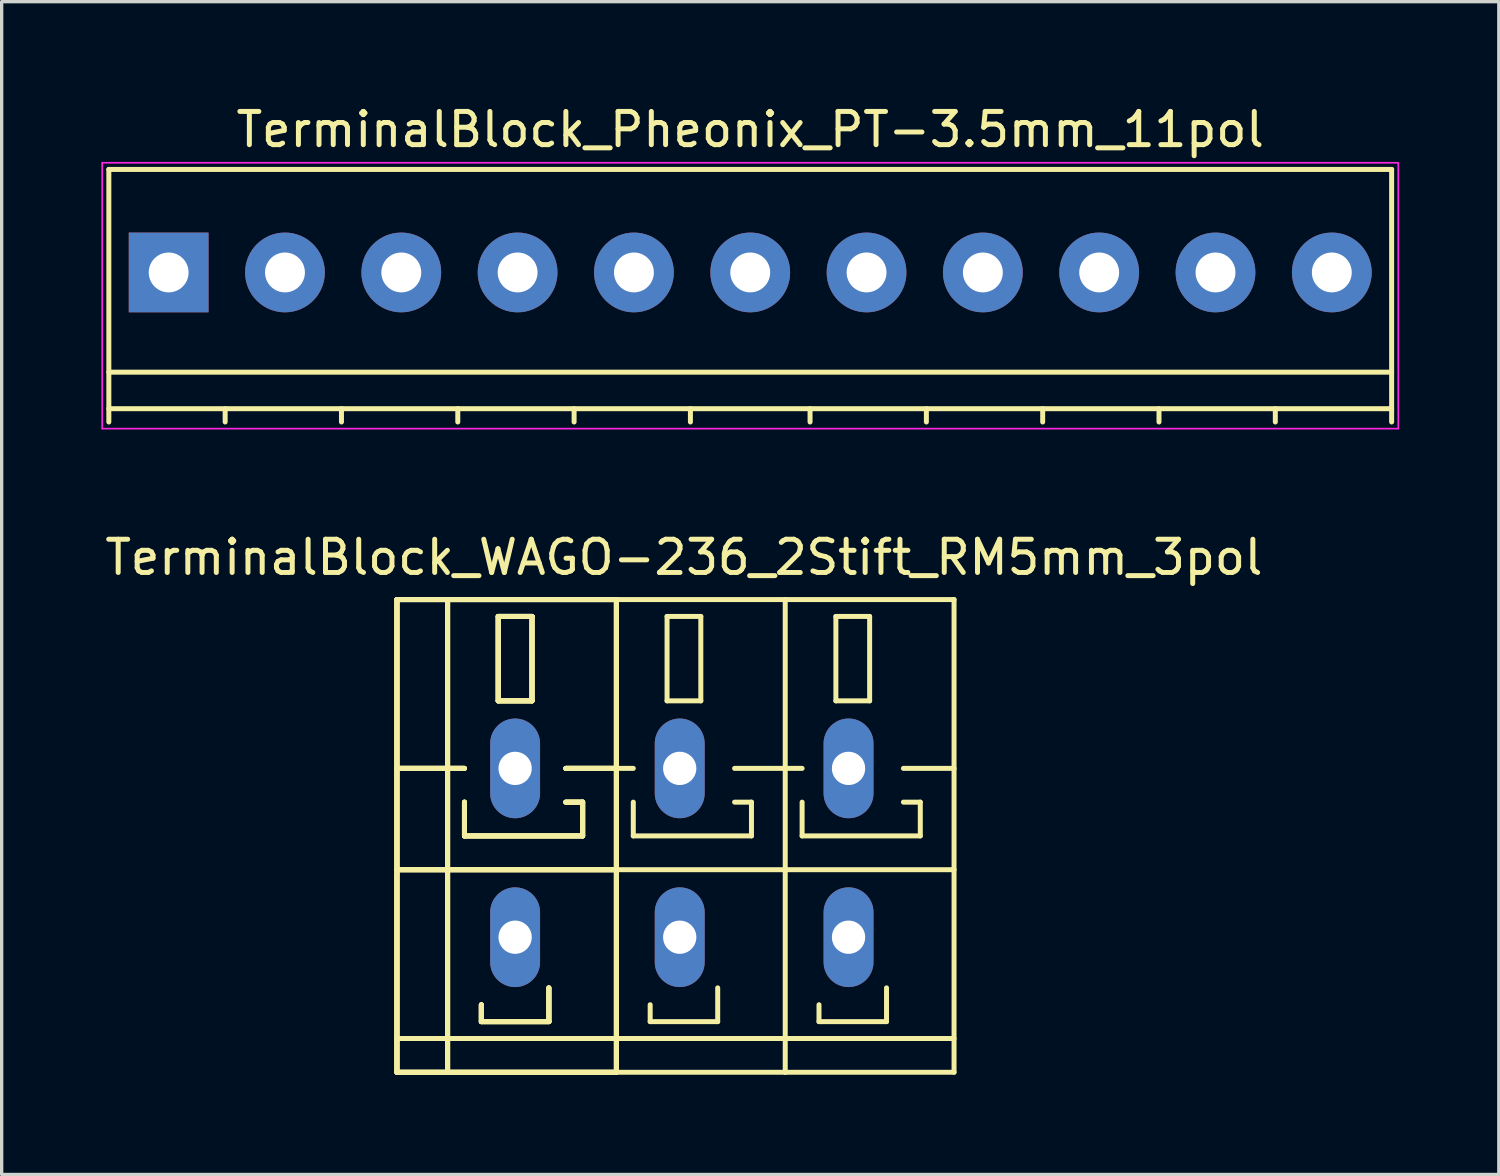
<source format=kicad_pcb>
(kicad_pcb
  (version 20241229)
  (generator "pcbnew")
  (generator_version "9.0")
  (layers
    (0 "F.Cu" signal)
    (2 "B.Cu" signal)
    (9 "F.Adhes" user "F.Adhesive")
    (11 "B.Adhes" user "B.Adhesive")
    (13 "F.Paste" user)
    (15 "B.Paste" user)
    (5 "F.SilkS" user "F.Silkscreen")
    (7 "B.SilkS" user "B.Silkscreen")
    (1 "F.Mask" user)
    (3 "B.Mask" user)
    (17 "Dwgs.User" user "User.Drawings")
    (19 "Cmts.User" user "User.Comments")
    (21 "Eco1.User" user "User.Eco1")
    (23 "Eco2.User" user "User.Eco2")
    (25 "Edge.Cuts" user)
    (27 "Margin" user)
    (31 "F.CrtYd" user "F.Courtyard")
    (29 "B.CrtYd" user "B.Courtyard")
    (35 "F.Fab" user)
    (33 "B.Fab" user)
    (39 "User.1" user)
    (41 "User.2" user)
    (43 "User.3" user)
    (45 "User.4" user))
  (footprint "TerminalBlock_WAGO-236_2Stift_RM5mm_3pol"
    (layer "F.Cu")
    (at 17.53 22.611)
    (property "Reference" "TerminalBlock_WAGO-236_2Stift_RM5mm_3pol" (at 0 -8.89 0) (layer "F.SilkS") (effects (font (size 1 1) (thickness 0.15))))
    (attr through_hole)
    (fp_line (start -8.636 -7.62) (end -7.112 -7.62) (stroke (width 0.15) (type solid)) (layer "F.SilkS"))
    (fp_line (start -8.636 -7.62) (end -7.112 -7.62) (stroke (width 0.15) (type solid)) (layer "F.SilkS"))
    (fp_line (start -8.636 -7.62) (end -7.112 -7.62) (stroke (width 0.15) (type solid)) (layer "F.SilkS"))
    (fp_line (start -8.636 -7.62) (end -7.112 -7.62) (stroke (width 0.15) (type solid)) (layer "F.SilkS"))
    (fp_line (start -8.636 -2.54) (end -6.604 -2.54) (stroke (width 0.15) (type solid)) (layer "F.SilkS"))
    (fp_line (start -8.636 -2.54) (end -6.604 -2.54) (stroke (width 0.15) (type solid)) (layer "F.SilkS"))
    (fp_line (start -8.636 -2.54) (end -6.604 -2.54) (stroke (width 0.15) (type solid)) (layer "F.SilkS"))
    (fp_line (start -8.636 -2.54) (end -6.604 -2.54) (stroke (width 0.15) (type solid)) (layer "F.SilkS"))
    (fp_line (start -8.636 0.508) (end -2.032 0.508) (stroke (width 0.15) (type solid)) (layer "F.SilkS"))
    (fp_line (start -8.636 0.508) (end -2.032 0.508) (stroke (width 0.15) (type solid)) (layer "F.SilkS"))
    (fp_line (start -8.636 0.508) (end -2.032 0.508) (stroke (width 0.15) (type solid)) (layer "F.SilkS"))
    (fp_line (start -8.636 0.508) (end -2.032 0.508) (stroke (width 0.15) (type solid)) (layer "F.SilkS"))
    (fp_line (start -8.636 5.588) (end -2.032 5.588) (stroke (width 0.15) (type solid)) (layer "F.SilkS"))
    (fp_line (start -8.636 5.588) (end -2.032 5.588) (stroke (width 0.15) (type solid)) (layer "F.SilkS"))
    (fp_line (start -8.636 5.588) (end -2.032 5.588) (stroke (width 0.15) (type solid)) (layer "F.SilkS"))
    (fp_line (start -8.636 5.588) (end -2.032 5.588) (stroke (width 0.15) (type solid)) (layer "F.SilkS"))
    (fp_line (start -8.636 6.604) (end -8.636 -7.62) (stroke (width 0.15) (type solid)) (layer "F.SilkS"))
    (fp_line (start -8.636 6.604) (end -8.636 -7.62) (stroke (width 0.15) (type solid)) (layer "F.SilkS"))
    (fp_line (start -8.636 6.604) (end -8.636 -7.62) (stroke (width 0.15) (type solid)) (layer "F.SilkS"))
    (fp_line (start -8.636 6.604) (end -8.636 -7.62) (stroke (width 0.15) (type solid)) (layer "F.SilkS"))
    (fp_line (start -7.112 -7.62) (end -5.08 -7.62) (stroke (width 0.15) (type solid)) (layer "F.SilkS"))
    (fp_line (start -7.112 -7.62) (end -5.08 -7.62) (stroke (width 0.15) (type solid)) (layer "F.SilkS"))
    (fp_line (start -7.112 -7.62) (end -5.08 -7.62) (stroke (width 0.15) (type solid)) (layer "F.SilkS"))
    (fp_line (start -7.112 -7.62) (end -5.08 -7.62) (stroke (width 0.15) (type solid)) (layer "F.SilkS"))
    (fp_line (start -7.112 6.604) (end -8.636 6.604) (stroke (width 0.15) (type solid)) (layer "F.SilkS"))
    (fp_line (start -7.112 6.604) (end -8.636 6.604) (stroke (width 0.15) (type solid)) (layer "F.SilkS"))
    (fp_line (start -7.112 6.604) (end -8.636 6.604) (stroke (width 0.15) (type solid)) (layer "F.SilkS"))
    (fp_line (start -7.112 6.604) (end -8.636 6.604) (stroke (width 0.15) (type solid)) (layer "F.SilkS"))
    (fp_line (start -7.112 6.604) (end -7.112 -7.62) (stroke (width 0.15) (type solid)) (layer "F.SilkS"))
    (fp_line (start -7.112 6.604) (end -7.112 -7.62) (stroke (width 0.15) (type solid)) (layer "F.SilkS"))
    (fp_line (start -7.112 6.604) (end -7.112 -7.62) (stroke (width 0.15) (type solid)) (layer "F.SilkS"))
    (fp_line (start -7.112 6.604) (end -7.112 -7.62) (stroke (width 0.15) (type solid)) (layer "F.SilkS"))
    (fp_line (start -6.604 -1.524) (end -6.604 -0.508) (stroke (width 0.15) (type solid)) (layer "F.SilkS"))
    (fp_line (start -6.604 -1.524) (end -6.604 -0.508) (stroke (width 0.15) (type solid)) (layer "F.SilkS"))
    (fp_line (start -6.604 -1.524) (end -6.604 -0.508) (stroke (width 0.15) (type solid)) (layer "F.SilkS"))
    (fp_line (start -6.604 -1.524) (end -6.604 -0.508) (stroke (width 0.15) (type solid)) (layer "F.SilkS"))
    (fp_line (start -6.604 -0.508) (end -3.048 -0.508) (stroke (width 0.15) (type solid)) (layer "F.SilkS"))
    (fp_line (start -6.604 -0.508) (end -3.048 -0.508) (stroke (width 0.15) (type solid)) (layer "F.SilkS"))
    (fp_line (start -6.604 -0.508) (end -3.048 -0.508) (stroke (width 0.15) (type solid)) (layer "F.SilkS"))
    (fp_line (start -6.604 -0.508) (end -3.048 -0.508) (stroke (width 0.15) (type solid)) (layer "F.SilkS"))
    (fp_line (start -6.096 4.572) (end -6.096 5.08) (stroke (width 0.15) (type solid)) (layer "F.SilkS"))
    (fp_line (start -6.096 4.572) (end -6.096 5.08) (stroke (width 0.15) (type solid)) (layer "F.SilkS"))
    (fp_line (start -6.096 4.572) (end -6.096 5.08) (stroke (width 0.15) (type solid)) (layer "F.SilkS"))
    (fp_line (start -6.096 4.572) (end -6.096 5.08) (stroke (width 0.15) (type solid)) (layer "F.SilkS"))
    (fp_line (start -6.096 5.08) (end -4.064 5.08) (stroke (width 0.15) (type solid)) (layer "F.SilkS"))
    (fp_line (start -6.096 5.08) (end -4.064 5.08) (stroke (width 0.15) (type solid)) (layer "F.SilkS"))
    (fp_line (start -6.096 5.08) (end -4.064 5.08) (stroke (width 0.15) (type solid)) (layer "F.SilkS"))
    (fp_line (start -6.096 5.08) (end -4.064 5.08) (stroke (width 0.15) (type solid)) (layer "F.SilkS"))
    (fp_line (start -5.588 -7.112) (end -4.572 -7.112) (stroke (width 0.15) (type solid)) (layer "F.SilkS"))
    (fp_line (start -5.588 -7.112) (end -4.572 -7.112) (stroke (width 0.15) (type solid)) (layer "F.SilkS"))
    (fp_line (start -5.588 -7.112) (end -4.572 -7.112) (stroke (width 0.15) (type solid)) (layer "F.SilkS"))
    (fp_line (start -5.588 -7.112) (end -4.572 -7.112) (stroke (width 0.15) (type solid)) (layer "F.SilkS"))
    (fp_line (start -5.588 -4.572) (end -5.588 -7.112) (stroke (width 0.15) (type solid)) (layer "F.SilkS"))
    (fp_line (start -5.588 -4.572) (end -5.588 -7.112) (stroke (width 0.15) (type solid)) (layer "F.SilkS"))
    (fp_line (start -5.588 -4.572) (end -5.588 -7.112) (stroke (width 0.15) (type solid)) (layer "F.SilkS"))
    (fp_line (start -5.588 -4.572) (end -5.588 -7.112) (stroke (width 0.15) (type solid)) (layer "F.SilkS"))
    (fp_line (start -5.08 -7.62) (end -2.032 -7.62) (stroke (width 0.15) (type solid)) (layer "F.SilkS"))
    (fp_line (start -5.08 -7.62) (end -2.032 -7.62) (stroke (width 0.15) (type solid)) (layer "F.SilkS"))
    (fp_line (start -5.08 -7.62) (end -2.032 -7.62) (stroke (width 0.15) (type solid)) (layer "F.SilkS"))
    (fp_line (start -5.08 -7.62) (end -2.032 -7.62) (stroke (width 0.15) (type solid)) (layer "F.SilkS"))
    (fp_line (start -4.572 -7.112) (end -4.572 -4.572) (stroke (width 0.15) (type solid)) (layer "F.SilkS"))
    (fp_line (start -4.572 -7.112) (end -4.572 -4.572) (stroke (width 0.15) (type solid)) (layer "F.SilkS"))
    (fp_line (start -4.572 -7.112) (end -4.572 -4.572) (stroke (width 0.15) (type solid)) (layer "F.SilkS"))
    (fp_line (start -4.572 -7.112) (end -4.572 -4.572) (stroke (width 0.15) (type solid)) (layer "F.SilkS"))
    (fp_line (start -4.572 -4.572) (end -5.588 -4.572) (stroke (width 0.15) (type solid)) (layer "F.SilkS"))
    (fp_line (start -4.572 -4.572) (end -5.588 -4.572) (stroke (width 0.15) (type solid)) (layer "F.SilkS"))
    (fp_line (start -4.572 -4.572) (end -5.588 -4.572) (stroke (width 0.15) (type solid)) (layer "F.SilkS"))
    (fp_line (start -4.572 -4.572) (end -5.588 -4.572) (stroke (width 0.15) (type solid)) (layer "F.SilkS"))
    (fp_line (start -4.064 5.08) (end -4.064 4.064) (stroke (width 0.15) (type solid)) (layer "F.SilkS"))
    (fp_line (start -4.064 5.08) (end -4.064 4.064) (stroke (width 0.15) (type solid)) (layer "F.SilkS"))
    (fp_line (start -4.064 5.08) (end -4.064 4.064) (stroke (width 0.15) (type solid)) (layer "F.SilkS"))
    (fp_line (start -4.064 5.08) (end -4.064 4.064) (stroke (width 0.15) (type solid)) (layer "F.SilkS"))
    (fp_line (start -3.556 -2.54) (end -2.032 -2.54) (stroke (width 0.15) (type solid)) (layer "F.SilkS"))
    (fp_line (start -3.556 -2.54) (end -2.032 -2.54) (stroke (width 0.15) (type solid)) (layer "F.SilkS"))
    (fp_line (start -3.556 -2.54) (end -2.032 -2.54) (stroke (width 0.15) (type solid)) (layer "F.SilkS"))
    (fp_line (start -3.556 -2.54) (end -2.032 -2.54) (stroke (width 0.15) (type solid)) (layer "F.SilkS"))
    (fp_line (start -3.048 -1.524) (end -3.556 -1.524) (stroke (width 0.15) (type solid)) (layer "F.SilkS"))
    (fp_line (start -3.048 -1.524) (end -3.556 -1.524) (stroke (width 0.15) (type solid)) (layer "F.SilkS"))
    (fp_line (start -3.048 -1.524) (end -3.556 -1.524) (stroke (width 0.15) (type solid)) (layer "F.SilkS"))
    (fp_line (start -3.048 -1.524) (end -3.556 -1.524) (stroke (width 0.15) (type solid)) (layer "F.SilkS"))
    (fp_line (start -3.048 -0.508) (end -3.048 -1.524) (stroke (width 0.15) (type solid)) (layer "F.SilkS"))
    (fp_line (start -3.048 -0.508) (end -3.048 -1.524) (stroke (width 0.15) (type solid)) (layer "F.SilkS"))
    (fp_line (start -3.048 -0.508) (end -3.048 -1.524) (stroke (width 0.15) (type solid)) (layer "F.SilkS"))
    (fp_line (start -3.048 -0.508) (end -3.048 -1.524) (stroke (width 0.15) (type solid)) (layer "F.SilkS"))
    (fp_line (start -2.032 -7.62) (end -2.032 6.604) (stroke (width 0.15) (type solid)) (layer "F.SilkS"))
    (fp_line (start -2.032 -7.62) (end -2.032 6.604) (stroke (width 0.15) (type solid)) (layer "F.SilkS"))
    (fp_line (start -2.032 -7.62) (end -2.032 6.604) (stroke (width 0.15) (type solid)) (layer "F.SilkS"))
    (fp_line (start -2.032 -7.62) (end -2.032 6.604) (stroke (width 0.15) (type solid)) (layer "F.SilkS"))
    (fp_line (start -2.032 -2.54) (end -1.524 -2.54) (stroke (width 0.15) (type solid)) (layer "F.SilkS"))
    (fp_line (start -2.032 0.508) (end 3.048 0.508) (stroke (width 0.15) (type solid)) (layer "F.SilkS"))
    (fp_line (start -2.032 5.588) (end 3.048 5.588) (stroke (width 0.15) (type solid)) (layer "F.SilkS"))
    (fp_line (start -2.032 6.604) (end -7.112 6.604) (stroke (width 0.15) (type solid)) (layer "F.SilkS"))
    (fp_line (start -2.032 6.604) (end -7.112 6.604) (stroke (width 0.15) (type solid)) (layer "F.SilkS"))
    (fp_line (start -2.032 6.604) (end -7.112 6.604) (stroke (width 0.15) (type solid)) (layer "F.SilkS"))
    (fp_line (start -2.032 6.604) (end -7.112 6.604) (stroke (width 0.15) (type solid)) (layer "F.SilkS"))
    (fp_line (start -2.032 6.604) (end 3.048 6.604) (stroke (width 0.15) (type solid)) (layer "F.SilkS"))
    (fp_line (start -1.524 -1.524) (end -1.524 -0.508) (stroke (width 0.15) (type solid)) (layer "F.SilkS"))
    (fp_line (start -1.524 -0.508) (end 2.032 -0.508) (stroke (width 0.15) (type solid)) (layer "F.SilkS"))
    (fp_line (start -1.016 4.572) (end -1.016 5.08) (stroke (width 0.15) (type solid)) (layer "F.SilkS"))
    (fp_line (start -1.016 5.08) (end 1.016 5.08) (stroke (width 0.15) (type solid)) (layer "F.SilkS"))
    (fp_line (start -0.508 -7.112) (end -0.508 -4.572) (stroke (width 0.15) (type solid)) (layer "F.SilkS"))
    (fp_line (start -0.508 -4.572) (end 0.508 -4.572) (stroke (width 0.15) (type solid)) (layer "F.SilkS"))
    (fp_line (start 0.508 -7.112) (end -0.508 -7.112) (stroke (width 0.15) (type solid)) (layer "F.SilkS"))
    (fp_line (start 0.508 -4.572) (end 0.508 -7.112) (stroke (width 0.15) (type solid)) (layer "F.SilkS"))
    (fp_line (start 1.016 5.08) (end 1.016 4.064) (stroke (width 0.15) (type solid)) (layer "F.SilkS"))
    (fp_line (start 1.524 -2.54) (end 3.048 -2.54) (stroke (width 0.15) (type solid)) (layer "F.SilkS"))
    (fp_line (start 2.032 -1.524) (end 1.524 -1.524) (stroke (width 0.15) (type solid)) (layer "F.SilkS"))
    (fp_line (start 2.032 -0.508) (end 2.032 -1.524) (stroke (width 0.15) (type solid)) (layer "F.SilkS"))
    (fp_line (start 3.048 -7.62) (end -2.032 -7.62) (stroke (width 0.15) (type solid)) (layer "F.SilkS"))
    (fp_line (start 3.048 -2.54) (end 3.556 -2.54) (stroke (width 0.15) (type solid)) (layer "F.SilkS"))
    (fp_line (start 3.048 0.508) (end 8.128 0.508) (stroke (width 0.15) (type solid)) (layer "F.SilkS"))
    (fp_line (start 3.048 5.588) (end 8.128 5.588) (stroke (width 0.15) (type solid)) (layer "F.SilkS"))
    (fp_line (start 3.048 6.604) (end 3.048 -7.62) (stroke (width 0.15) (type solid)) (layer "F.SilkS"))
    (fp_line (start 3.048 6.604) (end 8.128 6.604) (stroke (width 0.15) (type solid)) (layer "F.SilkS"))
    (fp_line (start 3.556 -1.524) (end 3.556 -0.508) (stroke (width 0.15) (type solid)) (layer "F.SilkS"))
    (fp_line (start 3.556 -0.508) (end 7.112 -0.508) (stroke (width 0.15) (type solid)) (layer "F.SilkS"))
    (fp_line (start 4.064 4.572) (end 4.064 5.08) (stroke (width 0.15) (type solid)) (layer "F.SilkS"))
    (fp_line (start 4.064 5.08) (end 6.096 5.08) (stroke (width 0.15) (type solid)) (layer "F.SilkS"))
    (fp_line (start 4.572 -7.112) (end 4.572 -4.572) (stroke (width 0.15) (type solid)) (layer "F.SilkS"))
    (fp_line (start 4.572 -4.572) (end 5.588 -4.572) (stroke (width 0.15) (type solid)) (layer "F.SilkS"))
    (fp_line (start 5.588 -7.112) (end 4.572 -7.112) (stroke (width 0.15) (type solid)) (layer "F.SilkS"))
    (fp_line (start 5.588 -4.572) (end 5.588 -7.112) (stroke (width 0.15) (type solid)) (layer "F.SilkS"))
    (fp_line (start 6.096 5.08) (end 6.096 4.064) (stroke (width 0.15) (type solid)) (layer "F.SilkS"))
    (fp_line (start 6.604 -2.54) (end 8.128 -2.54) (stroke (width 0.15) (type solid)) (layer "F.SilkS"))
    (fp_line (start 7.112 -1.524) (end 6.604 -1.524) (stroke (width 0.15) (type solid)) (layer "F.SilkS"))
    (fp_line (start 7.112 -0.508) (end 7.112 -1.524) (stroke (width 0.15) (type solid)) (layer "F.SilkS"))
    (fp_line (start 8.128 -7.62) (end 3.048 -7.62) (stroke (width 0.15) (type solid)) (layer "F.SilkS"))
    (fp_line (start 8.128 6.604) (end 8.128 -7.62) (stroke (width 0.15) (type solid)) (layer "F.SilkS"))
    (pad "1" thru_hole oval (at -5.08 -2.54 90) (size 3 1.501) (drill 1.001) (layers "*.Cu" "*.Mask"))
    (pad "1" thru_hole oval (at -5.08 2.54 90) (size 3 1.501) (drill 1.001) (layers "*.Cu" "*.Mask"))
    (pad "2" thru_hole oval (at -0.127 -2.54 90) (size 3 1.501) (drill 1.001) (layers "*.Cu" "*.Mask"))
    (pad "2" thru_hole oval (at -0.127 2.54 90) (size 3 1.501) (drill 1.001) (layers "*.Cu" "*.Mask"))
    (pad "3" thru_hole oval (at 4.953 -2.54 90) (size 3 1.501) (drill 1.001) (layers "*.Cu" "*.Mask"))
    (pad "3" thru_hole oval (at 4.953 2.54 90) (size 3 1.501) (drill 1.001) (layers "*.Cu" "*.Mask")))
  (footprint "TerminalBlock_Pheonix_PT-3.5mm_11pol"
    (layer "F.Cu")
    (at 2.025 5.148)
    (property "Reference" "TerminalBlock_Pheonix_PT-3.5mm_11pol" (at 17.5 -4.3 0) (layer "F.SilkS") (effects (font (size 1 1) (thickness 0.15))))
    (attr through_hole)
    (fp_line (start -1.8 -3.1) (end -1.8 4.5) (stroke (width 0.15) (type solid)) (layer "F.SilkS"))
    (fp_line (start -1.8 3) (end 36.8 3) (stroke (width 0.15) (type solid)) (layer "F.SilkS"))
    (fp_line (start -1.8 4.1) (end 36.8 4.1) (stroke (width 0.15) (type solid)) (layer "F.SilkS"))
    (fp_line (start 1.7 4.1) (end 1.7 4.5) (stroke (width 0.15) (type solid)) (layer "F.SilkS"))
    (fp_line (start 5.2 4.1) (end 5.2 4.5) (stroke (width 0.15) (type solid)) (layer "F.SilkS"))
    (fp_line (start 8.7 4.1) (end 8.7 4.5) (stroke (width 0.15) (type solid)) (layer "F.SilkS"))
    (fp_line (start 12.2 4.1) (end 12.2 4.5) (stroke (width 0.15) (type solid)) (layer "F.SilkS"))
    (fp_line (start 15.7 4.1) (end 15.7 4.5) (stroke (width 0.15) (type solid)) (layer "F.SilkS"))
    (fp_line (start 19.3 4.1) (end 19.3 4.5) (stroke (width 0.15) (type solid)) (layer "F.SilkS"))
    (fp_line (start 22.8 4.1) (end 22.8 4.5) (stroke (width 0.15) (type solid)) (layer "F.SilkS"))
    (fp_line (start 26.3 4.1) (end 26.3 4.5) (stroke (width 0.15) (type solid)) (layer "F.SilkS"))
    (fp_line (start 29.8 4.1) (end 29.8 4.5) (stroke (width 0.15) (type solid)) (layer "F.SilkS"))
    (fp_line (start 33.3 4.1) (end 33.3 4.5) (stroke (width 0.15) (type solid)) (layer "F.SilkS"))
    (fp_line (start 36.8 -3.1) (end -1.8 -3.1) (stroke (width 0.15) (type solid)) (layer "F.SilkS"))
    (fp_line (start 36.8 4.5) (end 36.8 -3.1) (stroke (width 0.15) (type solid)) (layer "F.SilkS"))
    (fp_line (start -2 -3.3) (end 37 -3.3) (stroke (width 0.05) (type solid)) (layer "F.CrtYd"))
    (fp_line (start -2 4.7) (end -2 -3.3) (stroke (width 0.05) (type solid)) (layer "F.CrtYd"))
    (fp_line (start 37 -3.3) (end 37 4.7) (stroke (width 0.05) (type solid)) (layer "F.CrtYd"))
    (fp_line (start 37 4.7) (end -2 4.7) (stroke (width 0.05) (type solid)) (layer "F.CrtYd"))
    (pad "1" thru_hole rect (at 0 0 180) (size 2.4 2.4) (drill 1.2) (layers "*.Cu" "*.Mask"))
    (pad "2" thru_hole circle (at 3.5 0 180) (size 2.4 2.4) (drill 1.2) (layers "*.Cu" "*.Mask"))
    (pad "3" thru_hole circle (at 7 0 180) (size 2.4 2.4) (drill 1.2) (layers "*.Cu" "*.Mask"))
    (pad "4" thru_hole circle (at 10.5 0 180) (size 2.4 2.4) (drill 1.2) (layers "*.Cu" "*.Mask"))
    (pad "5" thru_hole circle (at 14 0 180) (size 2.4 2.4) (drill 1.2) (layers "*.Cu" "*.Mask"))
    (pad "6" thru_hole circle (at 17.5 0 180) (size 2.4 2.4) (drill 1.2) (layers "*.Cu" "*.Mask"))
    (pad "7" thru_hole circle (at 21 0 180) (size 2.4 2.4) (drill 1.2) (layers "*.Cu" "*.Mask"))
    (pad "8" thru_hole circle (at 24.5 0 180) (size 2.4 2.4) (drill 1.2) (layers "*.Cu" "*.Mask"))
    (pad "9" thru_hole circle (at 28 0 180) (size 2.4 2.4) (drill 1.2) (layers "*.Cu" "*.Mask"))
    (pad "10" thru_hole circle (at 31.5 0 180) (size 2.4 2.4) (drill 1.2) (layers "*.Cu" "*.Mask"))
    (pad "11" thru_hole circle (at 35 0 180) (size 2.4 2.4) (drill 1.2) (layers "*.Cu" "*.Mask")))
  (gr_rect
    (start -3 -3)
    (end 42.05 32.291)
    (stroke (width 0.1) (type default))
    (fill no)
    (layer "Edge.Cuts")))
</source>
